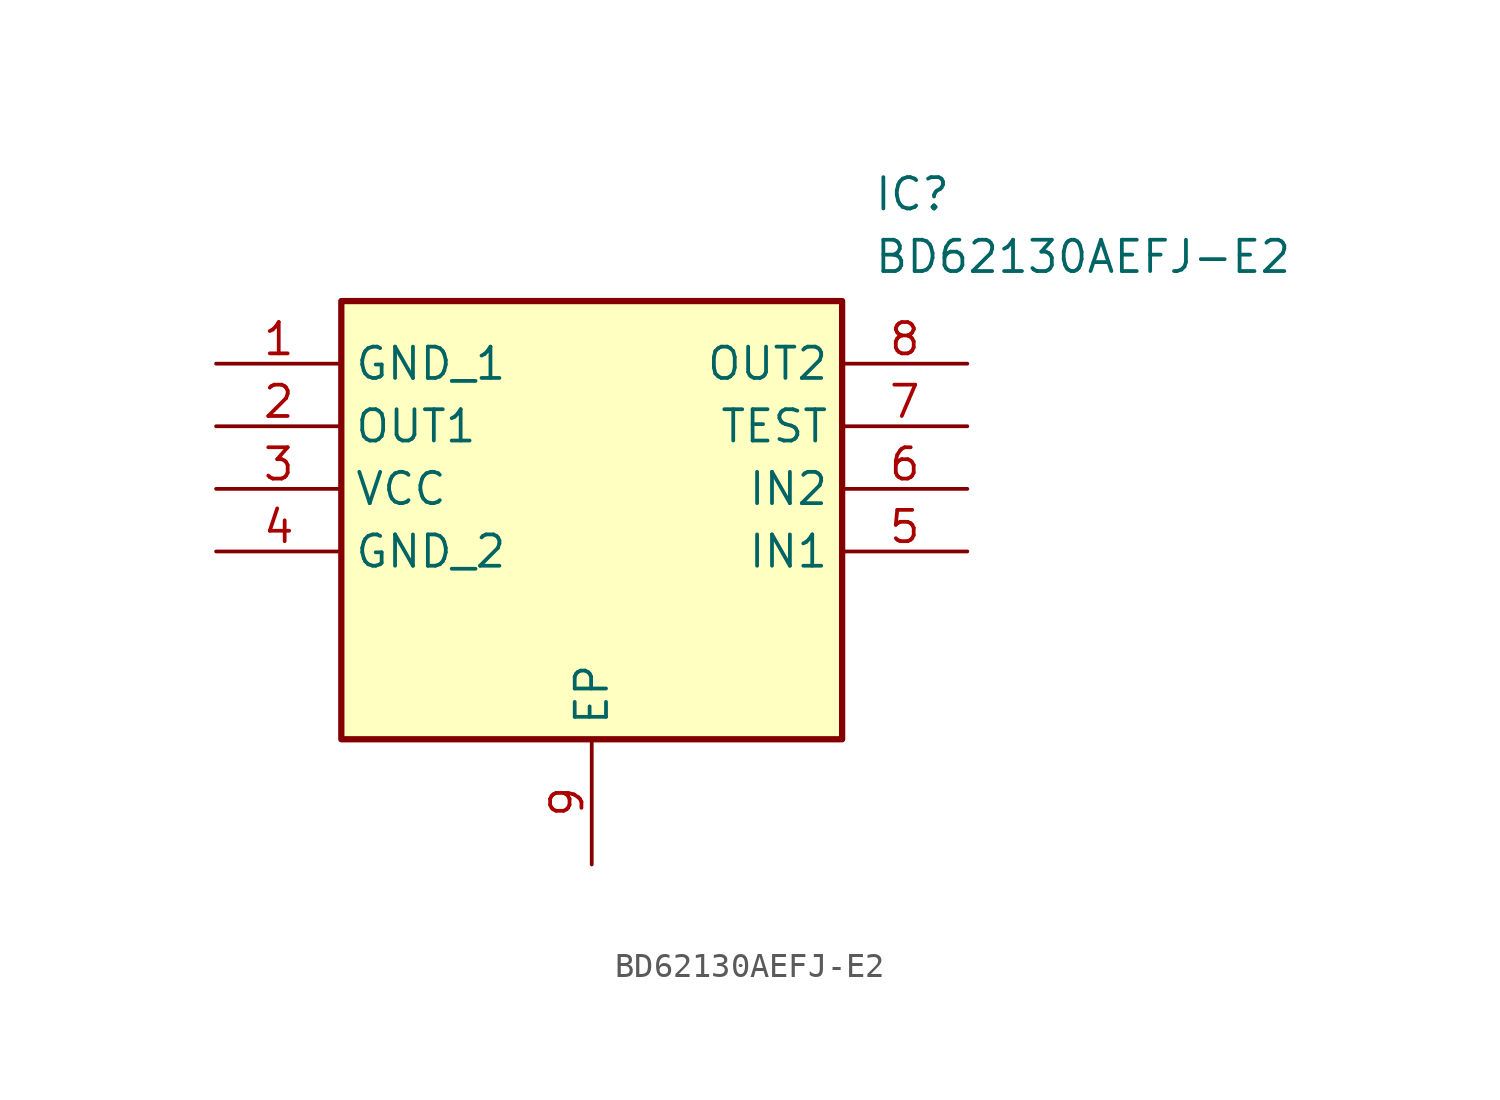
<source format=kicad_sym>
(kicad_symbol_lib
  (version 20220914)
  (generator SamacSys_ECAD_Model)
  (symbol "BD62130AEFJ-E2"
    (property "Reference" "IC"
      (at 26.67 7.62 0)
      (effects (font (size 1.27 1.27)) (justify left top)))
    (property "Value" "BD62130AEFJ-E2"
      (at 26.67 5.08 0)
      (effects (font (size 1.27 1.27)) (justify left top)))
    (rectangle
      (start 5.08 2.54)
      (end 25.4 -15.24)
      (stroke (width 0.254) (type default))
      (fill (type background)))
    (pin passive line
      (at 0 0 0)
      (length 5.08)
      (name "GND_1" (effects (font (size 1.27 1.27))))
      (number "1" (effects (font (size 1.27 1.27)))))
    (pin passive line
      (at 0 -2.54 0)
      (length 5.08)
      (name "OUT1" (effects (font (size 1.27 1.27))))
      (number "2" (effects (font (size 1.27 1.27)))))
    (pin passive line
      (at 0 -5.08 0)
      (length 5.08)
      (name "VCC" (effects (font (size 1.27 1.27))))
      (number "3" (effects (font (size 1.27 1.27)))))
    (pin passive line
      (at 0 -7.62 0)
      (length 5.08)
      (name "GND_2" (effects (font (size 1.27 1.27))))
      (number "4" (effects (font (size 1.27 1.27)))))
    (pin passive line
      (at 15.24 -20.32 90)
      (length 5.08)
      (name "EP" (effects (font (size 1.27 1.27))))
      (number "9" (effects (font (size 1.27 1.27)))))
    (pin passive line
      (at 30.48 0 180)
      (length 5.08)
      (name "OUT2" (effects (font (size 1.27 1.27))))
      (number "8" (effects (font (size 1.27 1.27)))))
    (pin passive line
      (at 30.48 -2.54 180)
      (length 5.08)
      (name "TEST" (effects (font (size 1.27 1.27))))
      (number "7" (effects (font (size 1.27 1.27)))))
    (pin passive line
      (at 30.48 -5.08 180)
      (length 5.08)
      (name "IN2" (effects (font (size 1.27 1.27))))
      (number "6" (effects (font (size 1.27 1.27)))))
    (pin passive line
      (at 30.48 -7.62 180)
      (length 5.08)
      (name "IN1" (effects (font (size 1.27 1.27))))
      (number "5" (effects (font (size 1.27 1.27)))))))
</source>
